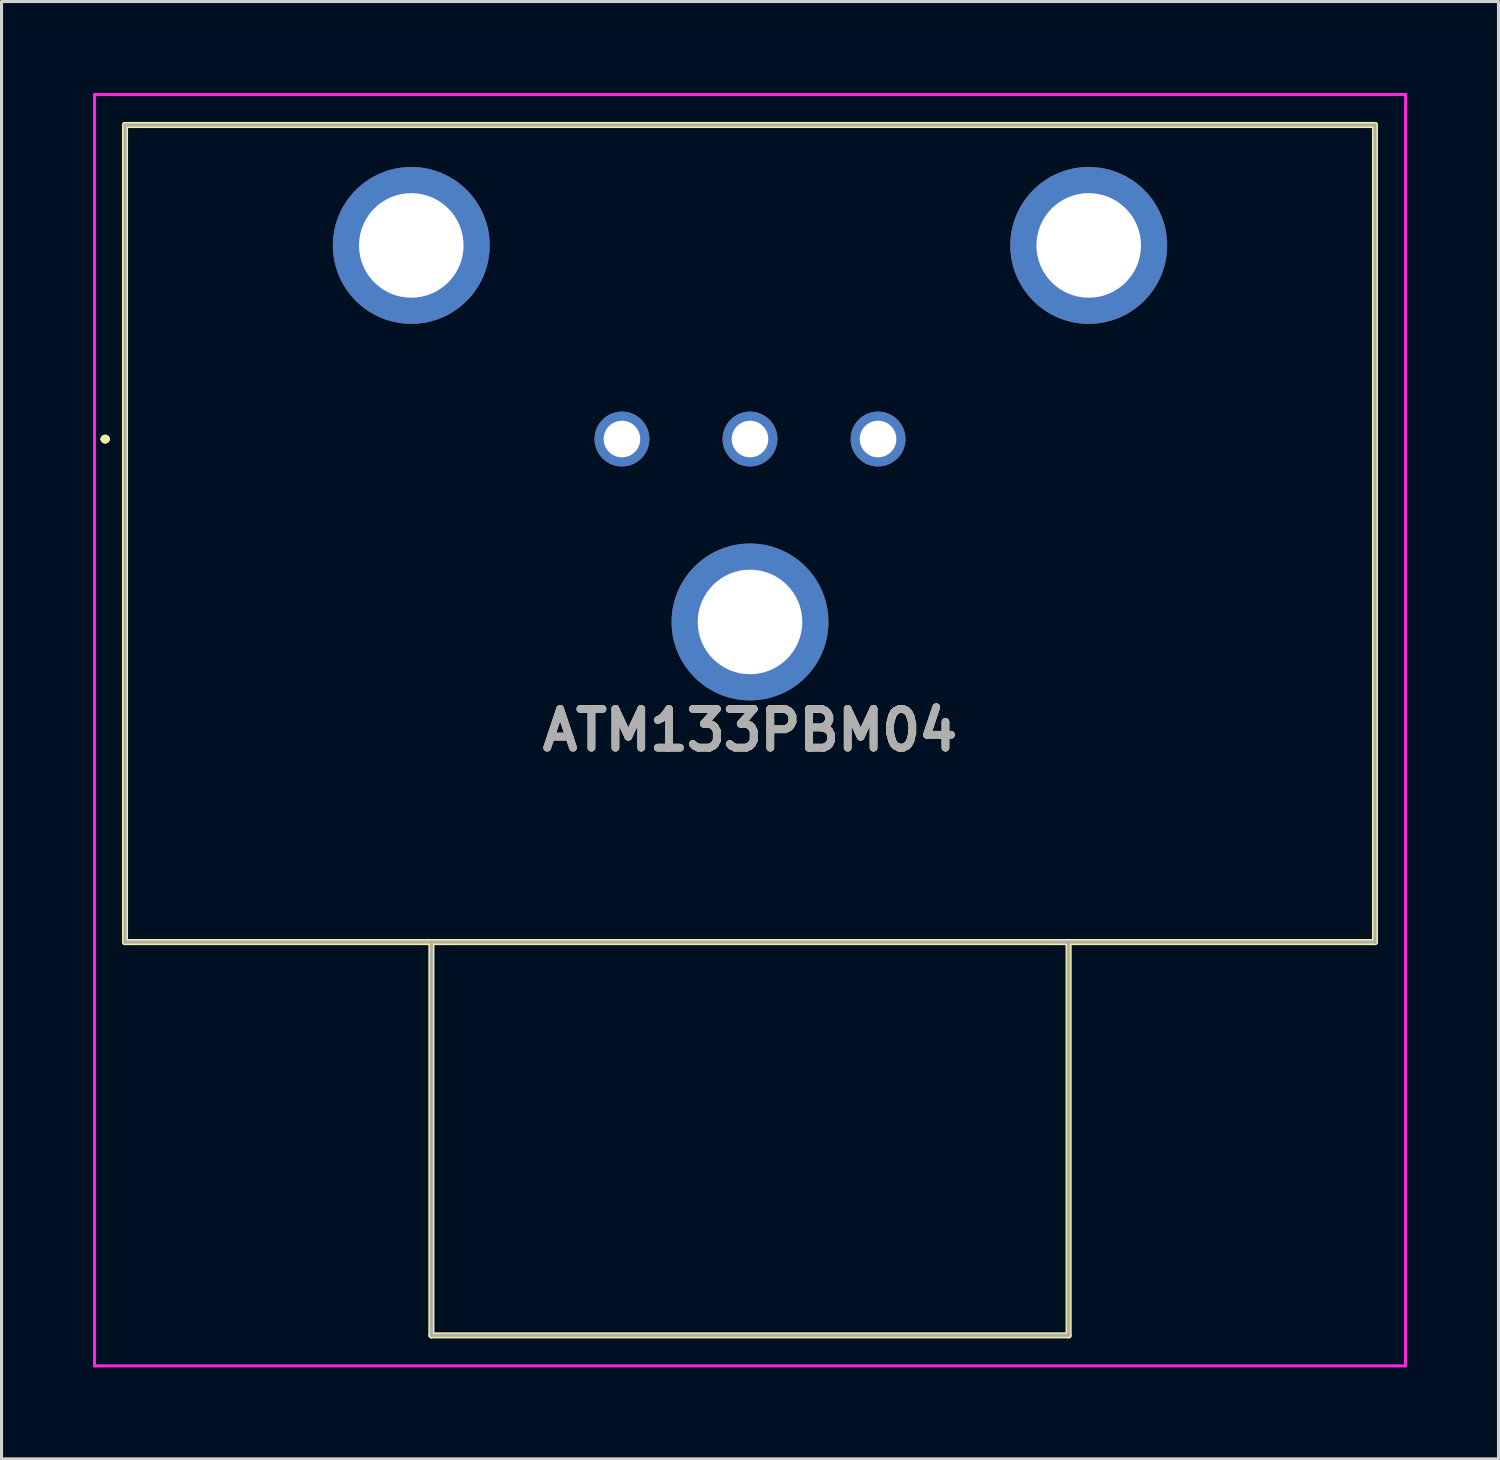
<source format=kicad_pcb>
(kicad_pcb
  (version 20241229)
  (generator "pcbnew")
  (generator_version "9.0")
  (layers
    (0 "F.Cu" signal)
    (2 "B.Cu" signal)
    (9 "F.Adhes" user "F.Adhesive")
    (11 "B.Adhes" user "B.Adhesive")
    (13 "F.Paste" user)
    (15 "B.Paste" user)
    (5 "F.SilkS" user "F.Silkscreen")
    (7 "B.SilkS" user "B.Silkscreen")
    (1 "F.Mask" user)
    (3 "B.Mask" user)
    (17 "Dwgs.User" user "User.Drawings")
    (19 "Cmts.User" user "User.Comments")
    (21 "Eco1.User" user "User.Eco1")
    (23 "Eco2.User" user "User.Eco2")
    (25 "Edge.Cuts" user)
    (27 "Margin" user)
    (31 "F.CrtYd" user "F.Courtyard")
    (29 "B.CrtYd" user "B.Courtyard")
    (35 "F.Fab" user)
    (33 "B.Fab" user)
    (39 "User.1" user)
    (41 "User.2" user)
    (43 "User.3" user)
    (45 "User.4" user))
  (footprint "ATM133PBM04"
    (layer "F.Cu")
    (at 17.35 11.35)
    (property "Reference" "ATM133PBM04" (at 4.2 9.55 0) (layer "F.SilkS") (effects (font (size 1.27 1.27) (thickness 0.254))))
    (attr through_hole)
    (fp_line (start -17 0) (end -17 0) (stroke (width 0.2) (type solid)) (layer "F.SilkS"))
    (fp_line (start -17 0) (end -17 0) (stroke (width 0.2) (type solid)) (layer "F.SilkS"))
    (fp_line (start -16.9 0) (end -16.9 0) (stroke (width 0.2) (type solid)) (layer "F.SilkS"))
    (fp_line (start -16.3 -10.3) (end -16.3 16.5) (stroke (width 0.2) (type solid)) (layer "F.SilkS"))
    (fp_line (start -16.3 16.5) (end 24.7 16.5) (stroke (width 0.2) (type solid)) (layer "F.SilkS"))
    (fp_line (start -6.25 16.5) (end -6.25 29.4) (stroke (width 0.2) (type solid)) (layer "F.SilkS"))
    (fp_line (start -6.25 29.4) (end 14.65 29.4) (stroke (width 0.2) (type solid)) (layer "F.SilkS"))
    (fp_line (start 14.65 29.4) (end 14.65 16.5) (stroke (width 0.2) (type solid)) (layer "F.SilkS"))
    (fp_line (start 24.7 -10.3) (end -16.3 -10.3) (stroke (width 0.2) (type solid)) (layer "F.SilkS"))
    (fp_line (start 24.7 16.5) (end 24.7 -10.3) (stroke (width 0.2) (type solid)) (layer "F.SilkS"))
    (fp_arc (start -17 0) (mid -16.95 -0.05) (end -16.9 0) (stroke (width 0.2) (type solid)) (layer "F.SilkS"))
    (fp_arc (start -16.9 0) (mid -16.95 0.05) (end -17 0) (stroke (width 0.2) (type solid)) (layer "F.SilkS"))
    (fp_arc (start -16.9 0) (mid -16.95 0.05) (end -17 0) (stroke (width 0.2) (type solid)) (layer "F.SilkS"))
    (fp_line (start -17.3 -11.3) (end -17.3 30.4) (stroke (width 0.1) (type solid)) (layer "F.CrtYd"))
    (fp_line (start -17.3 30.4) (end 25.7 30.4) (stroke (width 0.1) (type solid)) (layer "F.CrtYd"))
    (fp_line (start 25.7 -11.3) (end -17.3 -11.3) (stroke (width 0.1) (type solid)) (layer "F.CrtYd"))
    (fp_line (start 25.7 30.4) (end 25.7 -11.3) (stroke (width 0.1) (type solid)) (layer "F.CrtYd"))
    (fp_line (start -16.3 -10.3) (end -16.3 16.5) (stroke (width 0.1) (type solid)) (layer "F.Fab"))
    (fp_line (start -16.3 16.5) (end 24.7 16.5) (stroke (width 0.1) (type solid)) (layer "F.Fab"))
    (fp_line (start -6.25 16.5) (end -6.25 29.4) (stroke (width 0.1) (type solid)) (layer "F.Fab"))
    (fp_line (start -6.25 29.4) (end 14.65 29.4) (stroke (width 0.1) (type solid)) (layer "F.Fab"))
    (fp_line (start 14.65 29.4) (end 14.65 16.5) (stroke (width 0.1) (type solid)) (layer "F.Fab"))
    (fp_line (start 24.7 -10.3) (end -16.3 -10.3) (stroke (width 0.1) (type solid)) (layer "F.Fab"))
    (fp_line (start 24.7 16.5) (end 24.7 -10.3) (stroke (width 0.1) (type solid)) (layer "F.Fab"))
    (fp_text user "${REFERENCE}" (at 4.2 9.55 0) (layer "F.Fab") (effects (font (size 1.27 1.27) (thickness 0.254))))
    (pad "1" thru_hole circle (at 0 0) (size 1.8 1.8) (drill 1.2) (layers "*.Cu" "*.Mask"))
    (pad "2" thru_hole circle (at 4.2 0) (size 1.8 1.8) (drill 1.2) (layers "*.Cu" "*.Mask"))
    (pad "3" thru_hole circle (at 8.4 0) (size 1.8 1.8) (drill 1.2) (layers "*.Cu" "*.Mask"))
    (pad "MH1" thru_hole circle (at -6.91 -6.35) (size 5.145 5.145) (drill 3.43) (layers "*.Cu" "*.Mask"))
    (pad "MH2" thru_hole circle (at 15.31 -6.35) (size 5.145 5.145) (drill 3.43) (layers "*.Cu" "*.Mask"))
    (pad "MH3" thru_hole circle (at 4.2 6) (size 5.145 5.145) (drill 3.43) (layers "*.Cu" "*.Mask")))
  (gr_rect
    (start -3 -3)
    (end 46.1 44.8)
    (stroke (width 0.1) (type default))
    (fill no)
    (layer "Edge.Cuts")))
</source>
